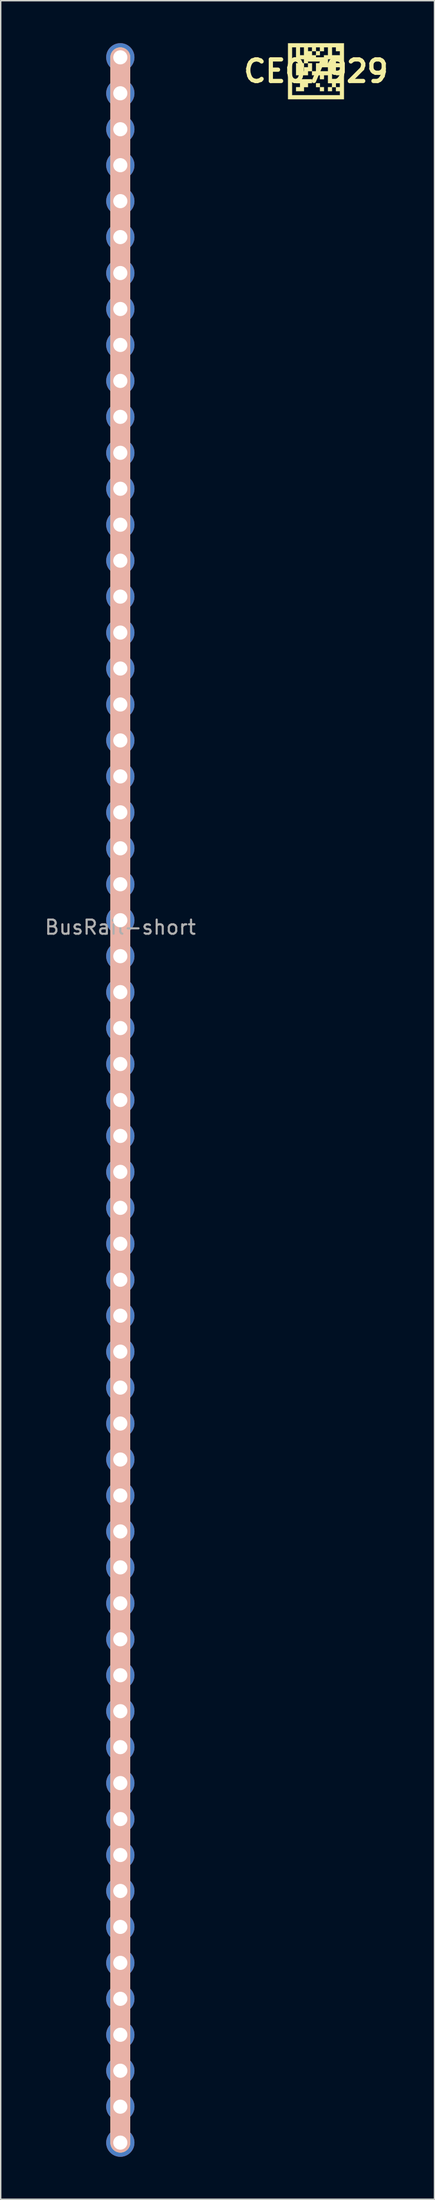
<source format=kicad_pcb>
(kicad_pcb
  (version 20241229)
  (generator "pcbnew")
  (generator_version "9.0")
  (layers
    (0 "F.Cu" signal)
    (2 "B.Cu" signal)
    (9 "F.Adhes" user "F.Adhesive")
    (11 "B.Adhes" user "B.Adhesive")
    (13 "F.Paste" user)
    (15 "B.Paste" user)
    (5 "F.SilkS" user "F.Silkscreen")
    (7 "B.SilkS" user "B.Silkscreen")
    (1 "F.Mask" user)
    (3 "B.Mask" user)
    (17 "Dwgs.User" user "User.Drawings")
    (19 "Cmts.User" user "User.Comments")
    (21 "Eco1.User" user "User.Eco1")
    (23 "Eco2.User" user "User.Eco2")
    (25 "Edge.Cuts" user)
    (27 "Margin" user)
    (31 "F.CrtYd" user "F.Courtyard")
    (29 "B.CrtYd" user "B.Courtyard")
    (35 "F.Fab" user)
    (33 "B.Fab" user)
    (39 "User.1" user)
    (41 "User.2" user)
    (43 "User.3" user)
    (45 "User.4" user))
  (footprint "BusRail-short"
    (layer "F.Cu")
    (at 5.458 1)
    (property "Reference" "BusRail-short" (at 0 61.46 0) (layer "F.Fab") (effects (font (size 1 1) (thickness 0.15))))
    (attr through_hole)
    (fp_line (start 0 0) (end 0 147.32) (stroke (width 1.4) (type solid)) (layer "F.SilkS"))
    (fp_line (start 0 0) (end 0 147.32) (stroke (width 1.4) (type solid)) (layer "B.SilkS"))
    (pad "1" thru_hole circle (at 0 0) (size 2 2) (drill 1) (layers "*.Cu" "*.Mask"))
    (pad "1" thru_hole circle (at 0 2.54) (size 2 2) (drill 1) (layers "*.Cu" "*.Mask"))
    (pad "1" thru_hole circle (at 0 5.08) (size 2 2) (drill 1) (layers "*.Cu" "*.Mask"))
    (pad "1" thru_hole circle (at 0 7.62) (size 2 2) (drill 1) (layers "*.Cu" "*.Mask"))
    (pad "1" thru_hole circle (at 0 10.16) (size 2 2) (drill 1) (layers "*.Cu" "*.Mask"))
    (pad "1" thru_hole circle (at 0 12.7) (size 2 2) (drill 1) (layers "*.Cu" "*.Mask"))
    (pad "1" thru_hole circle (at 0 15.24) (size 2 2) (drill 1) (layers "*.Cu" "*.Mask"))
    (pad "1" thru_hole circle (at 0 17.78) (size 2 2) (drill 1) (layers "*.Cu" "*.Mask"))
    (pad "1" thru_hole circle (at 0 20.32) (size 2 2) (drill 1) (layers "*.Cu" "*.Mask"))
    (pad "1" thru_hole circle (at 0 22.86) (size 2 2) (drill 1) (layers "*.Cu" "*.Mask"))
    (pad "1" thru_hole circle (at 0 25.4) (size 2 2) (drill 1) (layers "*.Cu" "*.Mask"))
    (pad "1" thru_hole circle (at 0 27.94) (size 2 2) (drill 1) (layers "*.Cu" "*.Mask"))
    (pad "1" thru_hole circle (at 0 30.48) (size 2 2) (drill 1) (layers "*.Cu" "*.Mask"))
    (pad "1" thru_hole circle (at 0 33.02) (size 2 2) (drill 1) (layers "*.Cu" "*.Mask"))
    (pad "1" thru_hole circle (at 0 35.56) (size 2 2) (drill 1) (layers "*.Cu" "*.Mask"))
    (pad "1" thru_hole circle (at 0 38.1) (size 2 2) (drill 1) (layers "*.Cu" "*.Mask"))
    (pad "1" thru_hole circle (at 0 40.64) (size 2 2) (drill 1) (layers "*.Cu" "*.Mask"))
    (pad "1" thru_hole circle (at 0 43.18) (size 2 2) (drill 1) (layers "*.Cu" "*.Mask"))
    (pad "1" thru_hole circle (at 0 45.72) (size 2 2) (drill 1) (layers "*.Cu" "*.Mask"))
    (pad "1" thru_hole circle (at 0 48.26) (size 2 2) (drill 1) (layers "*.Cu" "*.Mask"))
    (pad "1" thru_hole circle (at 0 50.8) (size 2 2) (drill 1) (layers "*.Cu" "*.Mask"))
    (pad "1" thru_hole circle (at 0 53.34) (size 2 2) (drill 1) (layers "*.Cu" "*.Mask"))
    (pad "1" thru_hole circle (at 0 55.88) (size 2 2) (drill 1) (layers "*.Cu" "*.Mask"))
    (pad "1" thru_hole circle (at 0 58.42) (size 2 2) (drill 1) (layers "*.Cu" "*.Mask"))
    (pad "1" thru_hole circle (at 0 60.96) (size 2 2) (drill 1) (layers "*.Cu" "*.Mask"))
    (pad "1" thru_hole circle (at 0 63.5) (size 2 2) (drill 1) (layers "*.Cu" "*.Mask"))
    (pad "1" thru_hole circle (at 0 66.04) (size 2 2) (drill 1) (layers "*.Cu" "*.Mask"))
    (pad "1" thru_hole circle (at 0 68.58) (size 2 2) (drill 1) (layers "*.Cu" "*.Mask"))
    (pad "1" thru_hole circle (at 0 71.12) (size 2 2) (drill 1) (layers "*.Cu" "*.Mask"))
    (pad "1" thru_hole circle (at 0 73.66) (size 2 2) (drill 1) (layers "*.Cu" "*.Mask"))
    (pad "1" thru_hole circle (at 0 76.2) (size 2 2) (drill 1) (layers "*.Cu" "*.Mask"))
    (pad "1" thru_hole circle (at 0 78.74) (size 2 2) (drill 1) (layers "*.Cu" "*.Mask"))
    (pad "1" thru_hole circle (at 0 81.28) (size 2 2) (drill 1) (layers "*.Cu" "*.Mask"))
    (pad "1" thru_hole circle (at 0 83.82) (size 2 2) (drill 1) (layers "*.Cu" "*.Mask"))
    (pad "1" thru_hole circle (at 0 86.36) (size 2 2) (drill 1) (layers "*.Cu" "*.Mask"))
    (pad "1" thru_hole circle (at 0 88.9) (size 2 2) (drill 1) (layers "*.Cu" "*.Mask"))
    (pad "1" thru_hole circle (at 0 91.44) (size 2 2) (drill 1) (layers "*.Cu" "*.Mask"))
    (pad "1" thru_hole circle (at 0 93.98) (size 2 2) (drill 1) (layers "*.Cu" "*.Mask"))
    (pad "1" thru_hole circle (at 0 96.52) (size 2 2) (drill 1) (layers "*.Cu" "*.Mask"))
    (pad "1" thru_hole circle (at 0 99.06) (size 2 2) (drill 1) (layers "*.Cu" "*.Mask"))
    (pad "1" thru_hole circle (at 0 101.6) (size 2 2) (drill 1) (layers "*.Cu" "*.Mask"))
    (pad "1" thru_hole circle (at 0 104.14) (size 2 2) (drill 1) (layers "*.Cu" "*.Mask"))
    (pad "1" thru_hole circle (at 0 106.68) (size 2 2) (drill 1) (layers "*.Cu" "*.Mask"))
    (pad "1" thru_hole circle (at 0 109.22) (size 2 2) (drill 1) (layers "*.Cu" "*.Mask"))
    (pad "1" thru_hole circle (at 0 111.76) (size 2 2) (drill 1) (layers "*.Cu" "*.Mask"))
    (pad "1" thru_hole circle (at 0 114.3) (size 2 2) (drill 1) (layers "*.Cu" "*.Mask"))
    (pad "1" thru_hole circle (at 0 116.84) (size 2 2) (drill 1) (layers "*.Cu" "*.Mask"))
    (pad "1" thru_hole circle (at 0 119.38) (size 2 2) (drill 1) (layers "*.Cu" "*.Mask"))
    (pad "1" thru_hole circle (at 0 121.92) (size 2 2) (drill 1) (layers "*.Cu" "*.Mask"))
    (pad "1" thru_hole circle (at 0 124.46) (size 2 2) (drill 1) (layers "*.Cu" "*.Mask"))
    (pad "1" thru_hole circle (at 0 127) (size 2 2) (drill 1) (layers "*.Cu" "*.Mask"))
    (pad "1" thru_hole circle (at 0 129.54) (size 2 2) (drill 1) (layers "*.Cu" "*.Mask"))
    (pad "1" thru_hole circle (at 0 132.08) (size 2 2) (drill 1) (layers "*.Cu" "*.Mask"))
    (pad "1" thru_hole circle (at 0 134.62) (size 2 2) (drill 1) (layers "*.Cu" "*.Mask"))
    (pad "1" thru_hole circle (at 0 137.16) (size 2 2) (drill 1) (layers "*.Cu" "*.Mask"))
    (pad "1" thru_hole circle (at 0 139.7) (size 2 2) (drill 1) (layers "*.Cu" "*.Mask"))
    (pad "1" thru_hole circle (at 0 142.24) (size 2 2) (drill 1) (layers "*.Cu" "*.Mask"))
    (pad "1" thru_hole circle (at 0 144.78) (size 2 2) (drill 1) (layers "*.Cu" "*.Mask"))
    (pad "1" thru_hole circle (at 0 147.32) (size 2 2) (drill 1) (layers "*.Cu" "*.Mask"))
    (pad "2" smd rect (at 0 73.66) (size 1 147.32) (layers "B.Cu")))
  (footprint "CE07929"
    (layer "F.Cu")
    (at 19.294 1.981)
    (property "Reference" "CE07929" (at 0 0 0) (layer "F.SilkS") (effects (font (size 1.524 1.524) (thickness 0.3))))
    (attr through_hole)
    (fp_poly (pts (xy 0.279 -1.13) (xy 0 -1.13) (xy 0 -1.41) (xy 0.279 -1.41) (xy 0.279 -1.13)) (stroke (width 0.01) (type solid)) (fill yes) (layer "F.SilkS"))
    (fp_poly (pts (xy 0.279 1.128) (xy 0 1.128) (xy 0 0.848) (xy 0.279 0.848) (xy 0.279 1.128)) (stroke (width 0.01) (type solid)) (fill yes) (layer "F.SilkS"))
    (fp_poly (pts (xy 0.564 1.41) (xy 0.282 1.41) (xy 0.282 1.13) (xy 0.564 1.13) (xy 0.564 1.41)) (stroke (width 0.01) (type solid)) (fill yes) (layer "F.SilkS"))
    (fp_poly (pts (xy 1.128 1.41) (xy 0.848 1.41) (xy 0.848 1.13) (xy 1.128 1.13) (xy 1.128 1.41)) (stroke (width 0.01) (type solid)) (fill yes) (layer "F.SilkS"))
    (fp_poly (pts (xy -0.284 0.846) (xy -0.566 0.846) (xy -0.566 1.128) (xy -0.848 1.128) (xy -0.848 1.41) (xy -1.41 1.41) (xy -1.41 1.13) (xy -1.128 1.13) (xy -1.128 0.846) (xy -1.41 0.846) (xy -1.41 0.566) (xy -0.284 0.566) (xy -0.284 0.846)) (stroke (width 0.01) (type solid)) (fill yes) (layer "F.SilkS"))
    (fp_poly (pts (xy -0.848 -0.282) (xy -1.13 -0.282) (xy -1.13 0.003) (xy -0.846 0.003) (xy -0.846 -0.279) (xy -0.564 -0.279) (xy -0.564 -0.564) (xy -0.284 -0.564) (xy -0.284 0) (xy -0.566 0) (xy -0.566 0.282) (xy -1.41 0.282) (xy -1.41 -0.564) (xy -0.848 -0.564) (xy -0.848 -0.282)) (stroke (width 0.01) (type solid)) (fill yes) (layer "F.SilkS"))
    (fp_poly (pts (xy 1.976 1.976) (xy -1.976 1.976) (xy -1.976 -1.694) (xy -1.694 -1.694) (xy -1.694 1.694) (xy 1.694 1.694) (xy 1.694 1.41) (xy 1.412 1.41) (xy 1.412 1.13) (xy 1.694 1.13) (xy 1.694 0.846) (xy 1.41 0.846) (xy 1.41 1.128) (xy 1.13 1.128) (xy 1.13 0.846) (xy 0.848 0.846) (xy 0.848 0.282) (xy 0.564 0.282) (xy 0.564 0.564) (xy 0.282 0.564) (xy 0.282 0.282) (xy -0.282 0.282) (xy -0.282 0.003) (xy 0 0.003) (xy 0 -0.282) (xy 0.279 -0.282) (xy 0.279 0.003) (xy 0.848 0.003) (xy 0.848 0) (xy 1.128 0) (xy 1.128 0.566) (xy 1.694 0.566) (xy 1.694 0.282) (xy 1.412 0.282) (xy 1.412 0.003) (xy 1.694 0.003) (xy 1.694 -0.282) (xy 1.41 -0.282) (xy 1.41 0) (xy 1.128 0) (xy 0.848 0) (xy 0.848 -0.282) (xy 0.279 -0.282) (xy 0 -0.282) (xy 0 -0.564) (xy 0.282 -0.564) (xy 0.282 -0.846) (xy 0.564 -0.846) (xy 0.564 -0.848) (xy 0.846 -0.848) (xy 0.846 -0.564) (xy 1.13 -0.564) (xy 1.13 -0.848) (xy 1.41 -0.848) (xy 1.41 -0.564) (xy 1.694 -0.564) (xy 1.694 -0.848) (xy 1.41 -0.848) (xy 1.13 -0.848) (xy 0.846 -0.848) (xy 0.564 -0.848) (xy 0.564 -1.128) (xy 0.848 -1.128) (xy 0.848 -1.694) (xy 1.128 -1.694) (xy 1.128 -1.128) (xy 1.694 -1.128) (xy 1.694 -1.412) (xy 1.412 -1.412) (xy 1.412 -1.694) (xy 1.128 -1.694) (xy 0.848 -1.694) (xy 0.564 -1.694) (xy 0.564 -1.412) (xy 0.282 -1.412) (xy 0.282 -1.694) (xy -0.003 -1.694) (xy -0.003 -1.412) (xy -0.282 -1.412) (xy -0.282 -1.694) (xy -0.566 -1.694) (xy -0.566 -1.41) (xy -0.284 -1.41) (xy -0.284 -1.128) (xy -0.003 -1.128) (xy -0.003 -0.848) (xy -0.566 -0.848) (xy -0.566 -0.564) (xy -0.846 -0.564) (xy -0.846 -0.848) (xy -1.41 -0.848) (xy -1.41 -1.694) (xy -1.13 -1.694) (xy -1.13 -1.128) (xy -0.846 -1.128) (xy -0.846 -1.694) (xy -1.13 -1.694) (xy -1.41 -1.694) (xy -1.694 -1.694) (xy -1.976 -1.694) (xy -1.976 -1.976) (xy 1.976 -1.976) (xy 1.976 1.976)) (stroke (width 0.01) (type solid)) (fill yes) (layer "F.SilkS")))
  (gr_rect
    (start -3 -3)
    (end 27.672 152.32)
    (stroke (width 0.1) (type default))
    (fill no)
    (layer "Edge.Cuts")))
</source>
